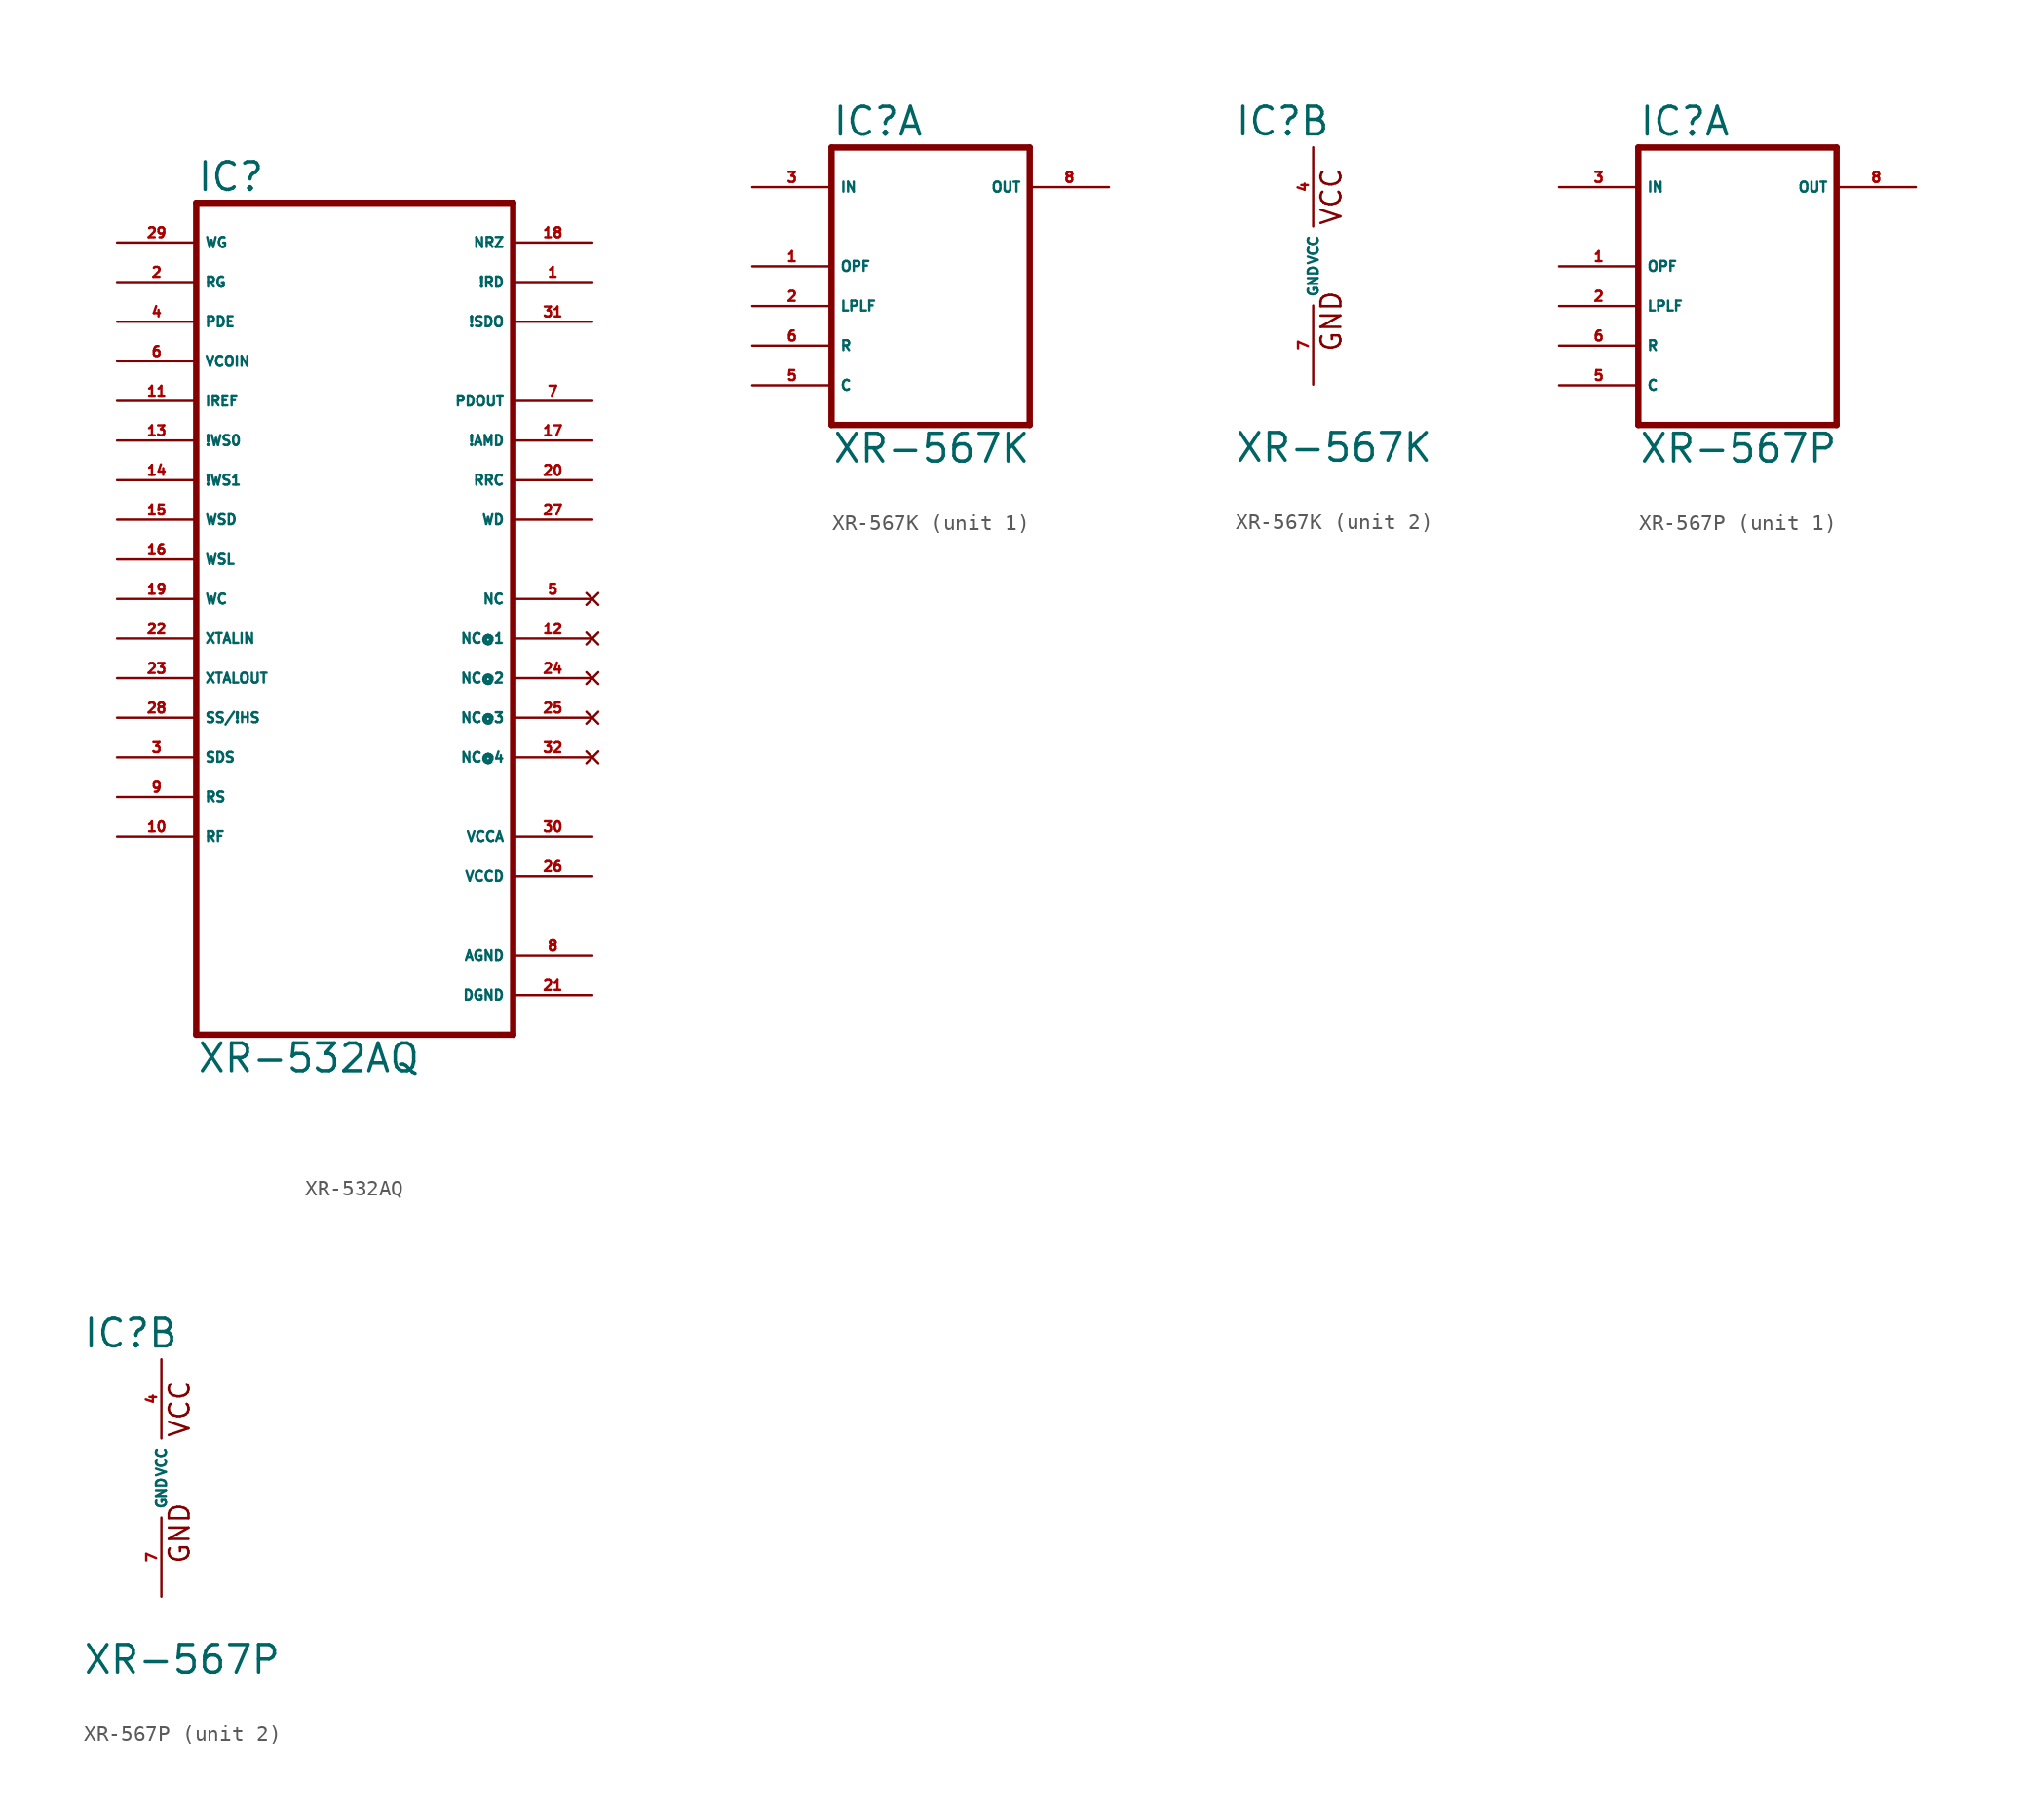
<source format=kicad_sym>
(kicad_symbol_lib
  (version 20220914)
  (generator Eagle2Kicad)
  (symbol "XR-532AQ"
    (property "Reference" "IC"
      (at -10.16 26.035 0)
      (effects (font (size 1.778 1.778) (thickness 0.22)) (justify left bottom)))
    (property "Value" "XR-532AQ"
      (at -10.16 -30.48 0)
      (effects (font (size 1.778 1.778) (thickness 0.22)) (justify left bottom)))
    (polyline
      (pts (xy -10.16 -27.94) (xy 10.16 -27.94))
      (stroke (width 0.406) (type default))
      (fill (type none)))
    (polyline
      (pts (xy 10.16 -27.94) (xy 10.16 25.4))
      (stroke (width 0.406) (type default))
      (fill (type none)))
    (polyline
      (pts (xy 10.16 25.4) (xy -10.16 25.4))
      (stroke (width 0.406) (type default))
      (fill (type none)))
    (polyline
      (pts (xy -10.16 25.4) (xy -10.16 -27.94))
      (stroke (width 0.406) (type default))
      (fill (type none)))
    (pin input line
      (at -15.24 22.86 0)
      (length 5.08)
      (name "WG" (effects (font (size 0.635 0.635) (thickness 0.08)) (justify left bottom)))
      (number "29" (effects (font (size 0.635 0.635) (thickness 0.08)) (justify left bottom))))
    (pin bidirectional line
      (at 15.24 20.32 180)
      (length 5.08)
      (name "!RD" (effects (font (size 0.635 0.635) (thickness 0.08)) (justify left bottom)))
      (number "1" (effects (font (size 0.635 0.635) (thickness 0.08)) (justify left bottom))))
    (pin input line
      (at -15.24 20.32 0)
      (length 5.08)
      (name "RG" (effects (font (size 0.635 0.635) (thickness 0.08)) (justify left bottom)))
      (number "2" (effects (font (size 0.635 0.635) (thickness 0.08)) (justify left bottom))))
    (pin input line
      (at -15.24 17.78 0)
      (length 5.08)
      (name "PDE" (effects (font (size 0.635 0.635) (thickness 0.08)) (justify left bottom)))
      (number "4" (effects (font (size 0.635 0.635) (thickness 0.08)) (justify left bottom))))
    (pin input line
      (at -15.24 15.24 0)
      (length 5.08)
      (name "VCOIN" (effects (font (size 0.635 0.635) (thickness 0.08)) (justify left bottom)))
      (number "6" (effects (font (size 0.635 0.635) (thickness 0.08)) (justify left bottom))))
    (pin input line
      (at -15.24 12.7 0)
      (length 5.08)
      (name "IREF" (effects (font (size 0.635 0.635) (thickness 0.08)) (justify left bottom)))
      (number "11" (effects (font (size 0.635 0.635) (thickness 0.08)) (justify left bottom))))
    (pin input line
      (at -15.24 10.16 0)
      (length 5.08)
      (name "!WS0" (effects (font (size 0.635 0.635) (thickness 0.08)) (justify left bottom)))
      (number "13" (effects (font (size 0.635 0.635) (thickness 0.08)) (justify left bottom))))
    (pin input line
      (at -15.24 7.62 0)
      (length 5.08)
      (name "!WS1" (effects (font (size 0.635 0.635) (thickness 0.08)) (justify left bottom)))
      (number "14" (effects (font (size 0.635 0.635) (thickness 0.08)) (justify left bottom))))
    (pin input line
      (at -15.24 2.54 0)
      (length 5.08)
      (name "WSL" (effects (font (size 0.635 0.635) (thickness 0.08)) (justify left bottom)))
      (number "16" (effects (font (size 0.635 0.635) (thickness 0.08)) (justify left bottom))))
    (pin bidirectional line
      (at 15.24 22.86 180)
      (length 5.08)
      (name "NRZ" (effects (font (size 0.635 0.635) (thickness 0.08)) (justify left bottom)))
      (number "18" (effects (font (size 0.635 0.635) (thickness 0.08)) (justify left bottom))))
    (pin input line
      (at -15.24 0 0)
      (length 5.08)
      (name "WC" (effects (font (size 0.635 0.635) (thickness 0.08)) (justify left bottom)))
      (number "19" (effects (font (size 0.635 0.635) (thickness 0.08)) (justify left bottom))))
    (pin input line
      (at -15.24 -5.08 0)
      (length 5.08)
      (name "XTALOUT" (effects (font (size 0.635 0.635) (thickness 0.08)) (justify left bottom)))
      (number "23" (effects (font (size 0.635 0.635) (thickness 0.08)) (justify left bottom))))
    (pin input line
      (at -15.24 -7.62 0)
      (length 5.08)
      (name "SS/!HS" (effects (font (size 0.635 0.635) (thickness 0.08)) (justify left bottom)))
      (number "28" (effects (font (size 0.635 0.635) (thickness 0.08)) (justify left bottom))))
    (pin bidirectional line
      (at 15.24 17.78 180)
      (length 5.08)
      (name "!SDO" (effects (font (size 0.635 0.635) (thickness 0.08)) (justify left bottom)))
      (number "31" (effects (font (size 0.635 0.635) (thickness 0.08)) (justify left bottom))))
    (pin output line
      (at 15.24 10.16 180)
      (length 5.08)
      (name "!AMD" (effects (font (size 0.635 0.635) (thickness 0.08)) (justify left bottom)))
      (number "17" (effects (font (size 0.635 0.635) (thickness 0.08)) (justify left bottom))))
    (pin output line
      (at 15.24 7.62 180)
      (length 5.08)
      (name "RRC" (effects (font (size 0.635 0.635) (thickness 0.08)) (justify left bottom)))
      (number "20" (effects (font (size 0.635 0.635) (thickness 0.08)) (justify left bottom))))
    (pin no_connect line
      (at 15.24 0 180)
      (length 5.08)
      (name "NC" (effects (font (size 0.635 0.635) (thickness 0.08)) (justify left bottom) hide))
      (number "5" (effects (font (size 0.635 0.635) (thickness 0.08)) (justify left bottom) hide)))
    (pin output line
      (at 15.24 12.7 180)
      (length 5.08)
      (name "PDOUT" (effects (font (size 0.635 0.635) (thickness 0.08)) (justify left bottom)))
      (number "7" (effects (font (size 0.635 0.635) (thickness 0.08)) (justify left bottom))))
    (pin input line
      (at -15.24 -10.16 0)
      (length 5.08)
      (name "SDS" (effects (font (size 0.635 0.635) (thickness 0.08)) (justify left bottom)))
      (number "3" (effects (font (size 0.635 0.635) (thickness 0.08)) (justify left bottom))))
    (pin input line
      (at -15.24 -12.7 0)
      (length 5.08)
      (name "RS" (effects (font (size 0.635 0.635) (thickness 0.08)) (justify left bottom)))
      (number "9" (effects (font (size 0.635 0.635) (thickness 0.08)) (justify left bottom))))
    (pin input line
      (at -15.24 -15.24 0)
      (length 5.08)
      (name "RF" (effects (font (size 0.635 0.635) (thickness 0.08)) (justify left bottom)))
      (number "10" (effects (font (size 0.635 0.635) (thickness 0.08)) (justify left bottom))))
    (pin input line
      (at -15.24 5.08 0)
      (length 5.08)
      (name "WSD" (effects (font (size 0.635 0.635) (thickness 0.08)) (justify left bottom)))
      (number "15" (effects (font (size 0.635 0.635) (thickness 0.08)) (justify left bottom))))
    (pin input line
      (at -15.24 -2.54 0)
      (length 5.08)
      (name "XTALIN" (effects (font (size 0.635 0.635) (thickness 0.08)) (justify left bottom)))
      (number "22" (effects (font (size 0.635 0.635) (thickness 0.08)) (justify left bottom))))
    (pin output line
      (at 15.24 5.08 180)
      (length 5.08)
      (name "WD" (effects (font (size 0.635 0.635) (thickness 0.08)) (justify left bottom)))
      (number "27" (effects (font (size 0.635 0.635) (thickness 0.08)) (justify left bottom))))
    (pin unspecified line
      (at 15.24 -25.4 180)
      (length 5.08)
      (name "DGND" (effects (font (size 0.635 0.635) (thickness 0.08)) (justify left bottom)))
      (number "21" (effects (font (size 0.635 0.635) (thickness 0.08)) (justify left bottom))))
    (pin unspecified line
      (at 15.24 -22.86 180)
      (length 5.08)
      (name "AGND" (effects (font (size 0.635 0.635) (thickness 0.08)) (justify left bottom)))
      (number "8" (effects (font (size 0.635 0.635) (thickness 0.08)) (justify left bottom))))
    (pin unspecified line
      (at 15.24 -17.78 180)
      (length 5.08)
      (name "VCCD" (effects (font (size 0.635 0.635) (thickness 0.08)) (justify left bottom)))
      (number "26" (effects (font (size 0.635 0.635) (thickness 0.08)) (justify left bottom))))
    (pin unspecified line
      (at 15.24 -15.24 180)
      (length 5.08)
      (name "VCCA" (effects (font (size 0.635 0.635) (thickness 0.08)) (justify left bottom)))
      (number "30" (effects (font (size 0.635 0.635) (thickness 0.08)) (justify left bottom))))
    (pin no_connect line
      (at 15.24 -2.54 180)
      (length 5.08)
      (name "NC@1" (effects (font (size 0.635 0.635) (thickness 0.08)) (justify left bottom) hide))
      (number "12" (effects (font (size 0.635 0.635) (thickness 0.08)) (justify left bottom) hide)))
    (pin no_connect line
      (at 15.24 -5.08 180)
      (length 5.08)
      (name "NC@2" (effects (font (size 0.635 0.635) (thickness 0.08)) (justify left bottom) hide))
      (number "24" (effects (font (size 0.635 0.635) (thickness 0.08)) (justify left bottom) hide)))
    (pin no_connect line
      (at 15.24 -7.62 180)
      (length 5.08)
      (name "NC@3" (effects (font (size 0.635 0.635) (thickness 0.08)) (justify left bottom) hide))
      (number "25" (effects (font (size 0.635 0.635) (thickness 0.08)) (justify left bottom) hide)))
    (pin no_connect line
      (at 15.24 -10.16 180)
      (length 5.08)
      (name "NC@4" (effects (font (size 0.635 0.635) (thickness 0.08)) (justify left bottom) hide))
      (number "32" (effects (font (size 0.635 0.635) (thickness 0.08)) (justify left bottom) hide))))
  (symbol "XR-567K"
    (property "Reference" "IC"
      (at -5.08 8.255 0)
      (effects (font (size 1.778 1.778) (thickness 0.22)) (justify left bottom)))
    (property "Value" "XR-567K"
      (at -5.08 -12.7 0)
      (effects (font (size 1.778 1.778) (thickness 0.22)) (justify left bottom)))
    (symbol "XR-567K_1_0"
      (polyline (pts (xy -5.08 -10.16) (xy 7.62 -10.16)) (stroke (width 0.406) (type default)) (fill (type none)))
      (polyline (pts (xy 7.62 -10.16) (xy 7.62 7.62)) (stroke (width 0.406) (type default)) (fill (type none)))
      (polyline (pts (xy 7.62 7.62) (xy -5.08 7.62)) (stroke (width 0.406) (type default)) (fill (type none)))
      (polyline (pts (xy -5.08 7.62) (xy -5.08 -10.16)) (stroke (width 0.406) (type default)) (fill (type none)))
      (pin input line (at -10.16 0 0) (length 5.08) (name "OPF" (effects (font (size 0.635 0.635) (thickness 0.08)) (justify left bottom))) (number "1" (effects (font (size 0.635 0.635) (thickness 0.08)) (justify left bottom))))
      (pin input line (at -10.16 -2.54 0) (length 5.08) (name "LPLF" (effects (font (size 0.635 0.635) (thickness 0.08)) (justify left bottom))) (number "2" (effects (font (size 0.635 0.635) (thickness 0.08)) (justify left bottom))))
      (pin input line (at -10.16 5.08 0) (length 5.08) (name "IN" (effects (font (size 0.635 0.635) (thickness 0.08)) (justify left bottom))) (number "3" (effects (font (size 0.635 0.635) (thickness 0.08)) (justify left bottom))))
      (pin input line (at -10.16 -5.08 0) (length 5.08) (name "R" (effects (font (size 0.635 0.635) (thickness 0.08)) (justify left bottom))) (number "6" (effects (font (size 0.635 0.635) (thickness 0.08)) (justify left bottom))))
      (pin input line (at -10.16 -7.62 0) (length 5.08) (name "C" (effects (font (size 0.635 0.635) (thickness 0.08)) (justify left bottom))) (number "5" (effects (font (size 0.635 0.635) (thickness 0.08)) (justify left bottom))))
      (pin output line (at 12.7 5.08 180) (length 5.08) (name "OUT" (effects (font (size 0.635 0.635) (thickness 0.08)) (justify left bottom))) (number "8" (effects (font (size 0.635 0.635) (thickness 0.08)) (justify left bottom)))))
    (symbol "XR-567K_2_0"
      (text "GND" (at 1.905 -5.588 900) (effects (font (size 1.27 1.27) (thickness 0.16)) (justify left bottom)))
      (text "VCC" (at 1.905 2.54 900) (effects (font (size 1.27 1.27) (thickness 0.16)) (justify left bottom)))
      (pin unspecified line (at 0 7.62 270) (length 5.08) (name "VCC" (effects (font (size 0.635 0.635) (thickness 0.08)) (justify left bottom))) (number "4" (effects (font (size 0.635 0.635) (thickness 0.08)) (justify left bottom))))
      (pin unspecified line (at 0 -7.62 90) (length 5.08) (name "GND" (effects (font (size 0.635 0.635) (thickness 0.08)) (justify left bottom))) (number "7" (effects (font (size 0.635 0.635) (thickness 0.08)) (justify left bottom))))))
  (symbol "XR-567P"
    (property "Reference" "IC"
      (at -5.08 8.255 0)
      (effects (font (size 1.778 1.778) (thickness 0.22)) (justify left bottom)))
    (property "Value" "XR-567P"
      (at -5.08 -12.7 0)
      (effects (font (size 1.778 1.778) (thickness 0.22)) (justify left bottom)))
    (symbol "XR-567P_1_0"
      (polyline (pts (xy -5.08 -10.16) (xy 7.62 -10.16)) (stroke (width 0.406) (type default)) (fill (type none)))
      (polyline (pts (xy 7.62 -10.16) (xy 7.62 7.62)) (stroke (width 0.406) (type default)) (fill (type none)))
      (polyline (pts (xy 7.62 7.62) (xy -5.08 7.62)) (stroke (width 0.406) (type default)) (fill (type none)))
      (polyline (pts (xy -5.08 7.62) (xy -5.08 -10.16)) (stroke (width 0.406) (type default)) (fill (type none)))
      (pin input line (at -10.16 0 0) (length 5.08) (name "OPF" (effects (font (size 0.635 0.635) (thickness 0.08)) (justify left bottom))) (number "1" (effects (font (size 0.635 0.635) (thickness 0.08)) (justify left bottom))))
      (pin input line (at -10.16 -2.54 0) (length 5.08) (name "LPLF" (effects (font (size 0.635 0.635) (thickness 0.08)) (justify left bottom))) (number "2" (effects (font (size 0.635 0.635) (thickness 0.08)) (justify left bottom))))
      (pin input line (at -10.16 5.08 0) (length 5.08) (name "IN" (effects (font (size 0.635 0.635) (thickness 0.08)) (justify left bottom))) (number "3" (effects (font (size 0.635 0.635) (thickness 0.08)) (justify left bottom))))
      (pin input line (at -10.16 -5.08 0) (length 5.08) (name "R" (effects (font (size 0.635 0.635) (thickness 0.08)) (justify left bottom))) (number "6" (effects (font (size 0.635 0.635) (thickness 0.08)) (justify left bottom))))
      (pin input line (at -10.16 -7.62 0) (length 5.08) (name "C" (effects (font (size 0.635 0.635) (thickness 0.08)) (justify left bottom))) (number "5" (effects (font (size 0.635 0.635) (thickness 0.08)) (justify left bottom))))
      (pin output line (at 12.7 5.08 180) (length 5.08) (name "OUT" (effects (font (size 0.635 0.635) (thickness 0.08)) (justify left bottom))) (number "8" (effects (font (size 0.635 0.635) (thickness 0.08)) (justify left bottom)))))
    (symbol "XR-567P_2_0"
      (text "GND" (at 1.905 -5.588 900) (effects (font (size 1.27 1.27) (thickness 0.16)) (justify left bottom)))
      (text "VCC" (at 1.905 2.54 900) (effects (font (size 1.27 1.27) (thickness 0.16)) (justify left bottom)))
      (pin unspecified line (at 0 7.62 270) (length 5.08) (name "VCC" (effects (font (size 0.635 0.635) (thickness 0.08)) (justify left bottom))) (number "4" (effects (font (size 0.635 0.635) (thickness 0.08)) (justify left bottom))))
      (pin unspecified line (at 0 -7.62 90) (length 5.08) (name "GND" (effects (font (size 0.635 0.635) (thickness 0.08)) (justify left bottom))) (number "7" (effects (font (size 0.635 0.635) (thickness 0.08)) (justify left bottom)))))))
</source>
